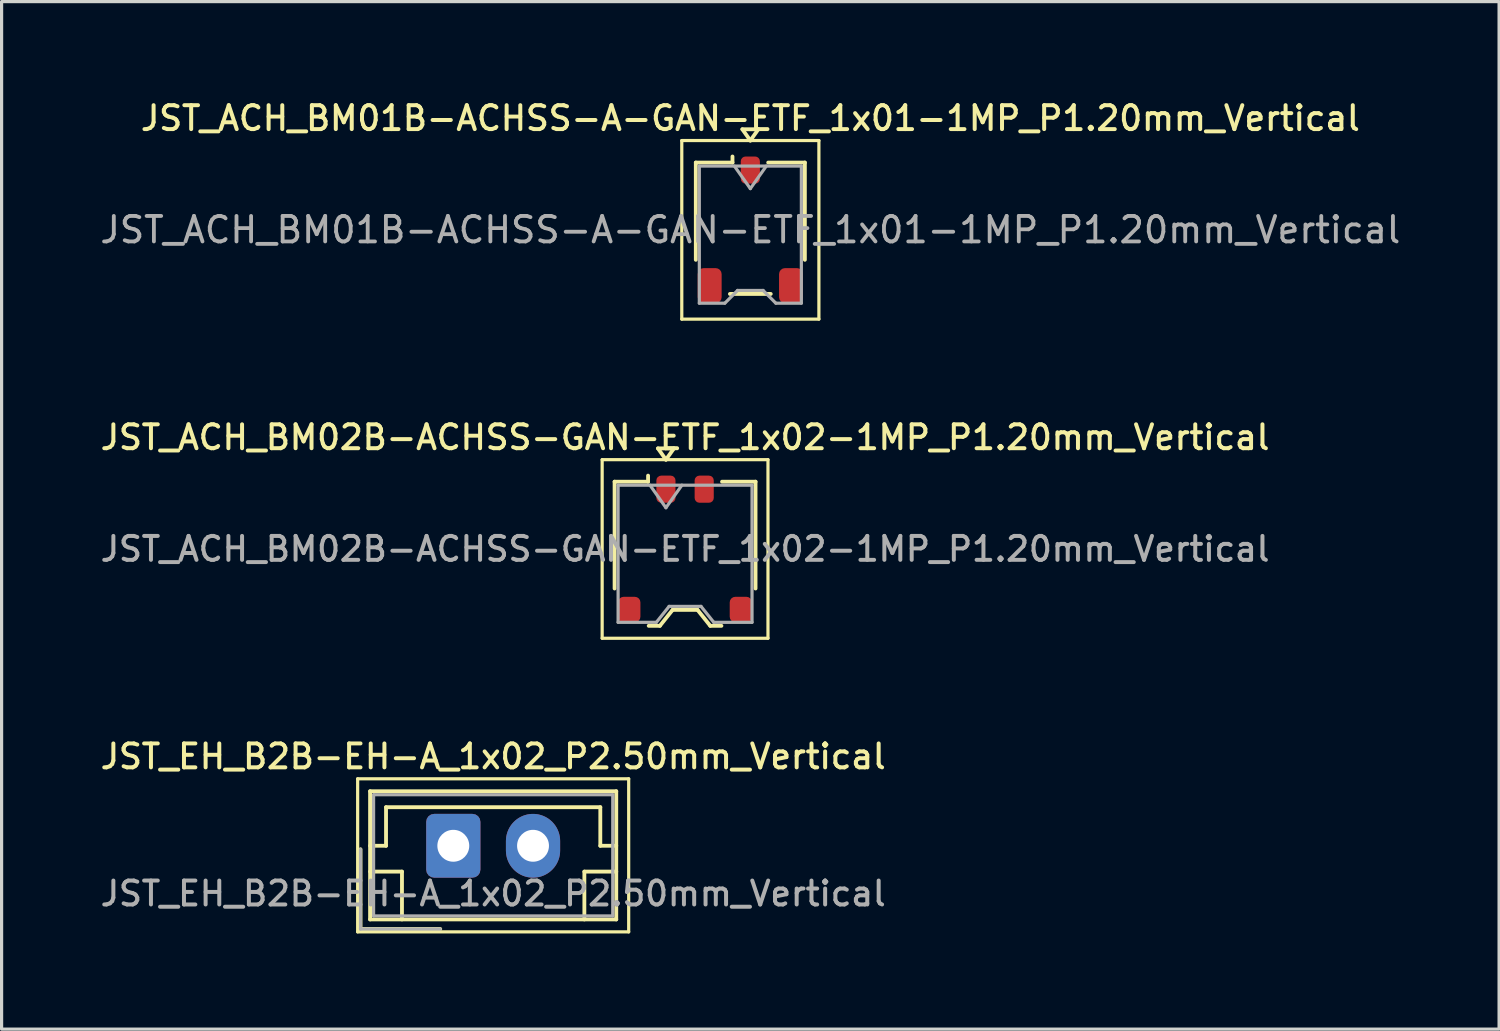
<source format=kicad_pcb>
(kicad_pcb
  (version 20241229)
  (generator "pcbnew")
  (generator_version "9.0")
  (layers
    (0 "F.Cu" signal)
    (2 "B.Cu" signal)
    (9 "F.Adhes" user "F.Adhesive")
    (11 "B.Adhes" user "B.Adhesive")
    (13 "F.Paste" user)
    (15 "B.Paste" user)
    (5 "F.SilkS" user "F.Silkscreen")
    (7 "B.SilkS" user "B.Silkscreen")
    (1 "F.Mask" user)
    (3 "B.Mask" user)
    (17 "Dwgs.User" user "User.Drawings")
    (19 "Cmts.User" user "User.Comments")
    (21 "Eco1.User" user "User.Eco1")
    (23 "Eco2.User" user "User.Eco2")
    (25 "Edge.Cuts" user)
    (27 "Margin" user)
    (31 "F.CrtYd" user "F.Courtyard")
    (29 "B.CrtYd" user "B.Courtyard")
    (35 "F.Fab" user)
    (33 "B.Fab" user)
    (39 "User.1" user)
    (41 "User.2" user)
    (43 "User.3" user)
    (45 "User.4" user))
  (footprint "JST_ACH_BM01B-ACHSS-A-GAN-ETF_1x01-1MP_P1.20mm_Vertical"
    (layer "F.Cu")
    (at 20.481 4.158)
    (property "Reference" "JST_ACH_BM01B-ACHSS-A-GAN-ETF_1x01-1MP_P1.20mm_Vertical" (at 0 -3.5 0) (layer "F.SilkS") (effects (font (size 0.75 0.75) (thickness 0.125))))
    (attr smd)
    (fp_line (start -2.15 -2.8) (end -2.15 2.8) (stroke (width 0.1) (type solid)) (layer "F.SilkS"))
    (fp_line (start -2.15 2.8) (end 2.15 2.8) (stroke (width 0.1) (type solid)) (layer "F.SilkS"))
    (fp_line (start -1.71 -2.11) (end -0.56 -2.11) (stroke (width 0.12) (type solid)) (layer "F.SilkS"))
    (fp_line (start -1.71 0.94) (end -1.71 -2.11) (stroke (width 0.12) (type solid)) (layer "F.SilkS"))
    (fp_line (start -0.64 2.01) (end 0.64 2.01) (stroke (width 0.12) (type solid)) (layer "F.SilkS"))
    (fp_line (start -0.56 -2.11) (end -0.56 -2.3) (stroke (width 0.12) (type solid)) (layer "F.SilkS"))
    (fp_line (start -0.25 -3.154) (end 0 -2.8) (stroke (width 0.12) (type solid)) (layer "F.SilkS"))
    (fp_line (start 0 -2.8) (end 0.25 -3.154) (stroke (width 0.12) (type solid)) (layer "F.SilkS"))
    (fp_line (start 0.25 -3.154) (end -0.25 -3.154) (stroke (width 0.12) (type solid)) (layer "F.SilkS"))
    (fp_line (start 1.71 -2.11) (end 0.56 -2.11) (stroke (width 0.12) (type solid)) (layer "F.SilkS"))
    (fp_line (start 1.71 0.94) (end 1.71 -2.11) (stroke (width 0.12) (type solid)) (layer "F.SilkS"))
    (fp_line (start 2.15 -2.8) (end -2.15 -2.8) (stroke (width 0.1) (type solid)) (layer "F.SilkS"))
    (fp_line (start 2.15 2.8) (end 2.15 -2.8) (stroke (width 0.1) (type solid)) (layer "F.SilkS"))
    (fp_line (start -1.6 -2) (end -1.6 2.3) (stroke (width 0.1) (type solid)) (layer "F.Fab"))
    (fp_line (start -1.6 -2) (end 1.6 -2) (stroke (width 0.1) (type solid)) (layer "F.Fab"))
    (fp_line (start -1.6 2.3) (end -0.8 2.3) (stroke (width 0.1) (type solid)) (layer "F.Fab"))
    (fp_line (start -0.8 2.3) (end -0.4 1.9) (stroke (width 0.1) (type solid)) (layer "F.Fab"))
    (fp_line (start -0.5 -2) (end 0 -1.293) (stroke (width 0.1) (type solid)) (layer "F.Fab"))
    (fp_line (start -0.4 1.9) (end 0.4 1.9) (stroke (width 0.1) (type solid)) (layer "F.Fab"))
    (fp_line (start 0 -1.293) (end 0.5 -2) (stroke (width 0.1) (type solid)) (layer "F.Fab"))
    (fp_line (start 0.4 1.9) (end 0.8 2.3) (stroke (width 0.1) (type solid)) (layer "F.Fab"))
    (fp_line (start 0.8 2.3) (end 1.6 2.3) (stroke (width 0.1) (type solid)) (layer "F.Fab"))
    (fp_line (start 1.6 -2) (end 1.6 2.3) (stroke (width 0.1) (type solid)) (layer "F.Fab"))
    (fp_text user "${REFERENCE}" (at 0 0 0) (layer "F.Fab") (effects (font (size 0.8 0.8) (thickness 0.12))))
    (pad "1" smd roundrect (at 0 -1.875) (size 0.6 0.85) (layers "F.Cu" "F.Mask" "F.Paste") (roundrect_rratio 0.25))
    (pad "MP" smd roundrect (at -1.275 1.75) (size 0.75 1.1) (layers "F.Cu" "F.Mask" "F.Paste") (roundrect_rratio 0.25))
    (pad "MP" smd roundrect (at 1.275 1.75) (size 0.75 1.1) (layers "F.Cu" "F.Mask" "F.Paste") (roundrect_rratio 0.25)))
  (footprint "JST_ACH_BM02B-ACHSS-GAN-ETF_1x02-1MP_P1.20mm_Vertical"
    (layer "F.Cu")
    (at 18.434 14.166)
    (property "Reference" "JST_ACH_BM02B-ACHSS-GAN-ETF_1x02-1MP_P1.20mm_Vertical" (at 0 -3.5 0) (layer "F.SilkS") (effects (font (size 0.75 0.75) (thickness 0.125))))
    (attr smd)
    (fp_line (start -2.6 -2.8) (end -2.6 2.8) (stroke (width 0.1) (type solid)) (layer "F.SilkS"))
    (fp_line (start -2.6 2.8) (end 2.6 2.8) (stroke (width 0.1) (type solid)) (layer "F.SilkS"))
    (fp_line (start -2.21 -2.11) (end -1.16 -2.11) (stroke (width 0.12) (type solid)) (layer "F.SilkS"))
    (fp_line (start -2.21 1.24) (end -2.21 -2.11) (stroke (width 0.12) (type solid)) (layer "F.SilkS"))
    (fp_line (start -1.16 -2.11) (end -1.16 -2.3) (stroke (width 0.12) (type solid)) (layer "F.SilkS"))
    (fp_line (start -1.14 2.41) (end -0.79 2.41) (stroke (width 0.12) (type solid)) (layer "F.SilkS"))
    (fp_line (start -0.85 -3.154) (end -0.6 -2.8) (stroke (width 0.12) (type solid)) (layer "F.SilkS"))
    (fp_line (start -0.79 2.41) (end -0.39 1.91) (stroke (width 0.12) (type solid)) (layer "F.SilkS"))
    (fp_line (start -0.6 -2.8) (end -0.35 -3.154) (stroke (width 0.12) (type solid)) (layer "F.SilkS"))
    (fp_line (start -0.39 1.91) (end 0.39 1.91) (stroke (width 0.12) (type solid)) (layer "F.SilkS"))
    (fp_line (start -0.35 -3.154) (end -0.85 -3.154) (stroke (width 0.12) (type solid)) (layer "F.SilkS"))
    (fp_line (start 0.39 1.91) (end 0.79 2.41) (stroke (width 0.12) (type solid)) (layer "F.SilkS"))
    (fp_line (start 0.79 2.41) (end 1.14 2.41) (stroke (width 0.12) (type solid)) (layer "F.SilkS"))
    (fp_line (start 2.21 -2.11) (end 1.16 -2.11) (stroke (width 0.12) (type solid)) (layer "F.SilkS"))
    (fp_line (start 2.21 1.24) (end 2.21 -2.11) (stroke (width 0.12) (type solid)) (layer "F.SilkS"))
    (fp_line (start 2.6 -2.8) (end -2.6 -2.8) (stroke (width 0.1) (type solid)) (layer "F.SilkS"))
    (fp_line (start 2.6 2.8) (end 2.6 -2.8) (stroke (width 0.1) (type solid)) (layer "F.SilkS"))
    (fp_line (start -2.1 -2) (end -2.1 2.3) (stroke (width 0.1) (type solid)) (layer "F.Fab"))
    (fp_line (start -2.1 -2) (end 2.1 -2) (stroke (width 0.1) (type solid)) (layer "F.Fab"))
    (fp_line (start -2.1 2.3) (end -0.9 2.3) (stroke (width 0.1) (type solid)) (layer "F.Fab"))
    (fp_line (start -1.1 -2) (end -0.6 -1.293) (stroke (width 0.1) (type solid)) (layer "F.Fab"))
    (fp_line (start -0.9 2.3) (end -0.5 1.8) (stroke (width 0.1) (type solid)) (layer "F.Fab"))
    (fp_line (start -0.6 -1.293) (end -0.1 -2) (stroke (width 0.1) (type solid)) (layer "F.Fab"))
    (fp_line (start -0.5 1.8) (end 0.5 1.8) (stroke (width 0.1) (type solid)) (layer "F.Fab"))
    (fp_line (start 0.5 1.8) (end 0.9 2.3) (stroke (width 0.1) (type solid)) (layer "F.Fab"))
    (fp_line (start 0.9 2.3) (end 2.1 2.3) (stroke (width 0.1) (type solid)) (layer "F.Fab"))
    (fp_line (start 2.1 -2) (end 2.1 2.3) (stroke (width 0.1) (type solid)) (layer "F.Fab"))
    (fp_text user "${REFERENCE}" (at 0 0 0) (layer "F.Fab") (effects (font (size 0.75 0.75) (thickness 0.125))))
    (pad "1" smd roundrect (at -0.6 -1.875) (size 0.6 0.85) (layers "F.Cu" "F.Mask" "F.Paste") (roundrect_rratio 0.25))
    (pad "2" smd roundrect (at 0.6 -1.875) (size 0.6 0.85) (layers "F.Cu" "F.Mask" "F.Paste") (roundrect_rratio 0.25))
    (pad "MP" smd roundrect (at -1.75 1.9) (size 0.7 0.8) (layers "F.Cu" "F.Mask" "F.Paste") (roundrect_rratio 0.25))
    (pad "MP" smd roundrect (at 1.75 1.9) (size 0.7 0.8) (layers "F.Cu" "F.Mask" "F.Paste") (roundrect_rratio 0.25)))
  (footprint "JST_EH_B2B-EH-A_1x02_P2.50mm_Vertical"
    (layer "F.Cu")
    (at 11.166 23.474)
    (property "Reference" "JST_EH_B2B-EH-A_1x02_P2.50mm_Vertical" (at 1.25 -2.8 0) (layer "F.SilkS") (effects (font (size 0.75 0.75) (thickness 0.125))))
    (attr through_hole)
    (fp_line (start -3 -2.1) (end -3 2.7) (stroke (width 0.1) (type solid)) (layer "F.SilkS"))
    (fp_line (start -3 2.7) (end 5.5 2.7) (stroke (width 0.1) (type solid)) (layer "F.SilkS"))
    (fp_line (start -2.91 0.11) (end -2.91 2.61) (stroke (width 0.12) (type solid)) (layer "F.SilkS"))
    (fp_line (start -2.91 2.61) (end -0.41 2.61) (stroke (width 0.12) (type solid)) (layer "F.SilkS"))
    (fp_line (start -2.61 -1.71) (end -2.61 2.31) (stroke (width 0.12) (type solid)) (layer "F.SilkS"))
    (fp_line (start -2.61 0) (end -2.11 0) (stroke (width 0.12) (type solid)) (layer "F.SilkS"))
    (fp_line (start -2.61 0.81) (end -1.61 0.81) (stroke (width 0.12) (type solid)) (layer "F.SilkS"))
    (fp_line (start -2.61 2.31) (end 5.11 2.31) (stroke (width 0.12) (type solid)) (layer "F.SilkS"))
    (fp_line (start -2.11 -1.21) (end 4.61 -1.21) (stroke (width 0.12) (type solid)) (layer "F.SilkS"))
    (fp_line (start -2.11 0) (end -2.11 -1.21) (stroke (width 0.12) (type solid)) (layer "F.SilkS"))
    (fp_line (start -1.61 0.81) (end -1.61 2.31) (stroke (width 0.12) (type solid)) (layer "F.SilkS"))
    (fp_line (start 4.11 0.81) (end 4.11 2.31) (stroke (width 0.12) (type solid)) (layer "F.SilkS"))
    (fp_line (start 4.61 -1.21) (end 4.61 0) (stroke (width 0.12) (type solid)) (layer "F.SilkS"))
    (fp_line (start 4.61 0) (end 5.11 0) (stroke (width 0.12) (type solid)) (layer "F.SilkS"))
    (fp_line (start 5.11 -1.71) (end -2.61 -1.71) (stroke (width 0.12) (type solid)) (layer "F.SilkS"))
    (fp_line (start 5.11 0.81) (end 4.11 0.81) (stroke (width 0.12) (type solid)) (layer "F.SilkS"))
    (fp_line (start 5.11 2.31) (end 5.11 -1.71) (stroke (width 0.12) (type solid)) (layer "F.SilkS"))
    (fp_line (start 5.5 -2.1) (end -3 -2.1) (stroke (width 0.1) (type solid)) (layer "F.SilkS"))
    (fp_line (start 5.5 2.7) (end 5.5 -2.1) (stroke (width 0.1) (type solid)) (layer "F.SilkS"))
    (fp_line (start -2.91 0.11) (end -2.91 2.61) (stroke (width 0.1) (type solid)) (layer "F.Fab"))
    (fp_line (start -2.91 2.61) (end -0.41 2.61) (stroke (width 0.1) (type solid)) (layer "F.Fab"))
    (fp_line (start -2.5 -1.6) (end -2.5 2.2) (stroke (width 0.1) (type solid)) (layer "F.Fab"))
    (fp_line (start -2.5 2.2) (end 5 2.2) (stroke (width 0.1) (type solid)) (layer "F.Fab"))
    (fp_line (start 5 -1.6) (end -2.5 -1.6) (stroke (width 0.1) (type solid)) (layer "F.Fab"))
    (fp_line (start 5 2.2) (end 5 -1.6) (stroke (width 0.1) (type solid)) (layer "F.Fab"))
    (fp_text user "${REFERENCE}" (at 1.25 1.5 0) (layer "F.Fab") (effects (font (size 0.75 0.75) (thickness 0.125))))
    (pad "1" thru_hole roundrect (at 0 0) (size 1.7 2) (drill 1) (layers "*.Cu" "*.Mask") (roundrect_rratio 0.147))
    (pad "2" thru_hole oval (at 2.5 0) (size 1.7 2) (drill 1) (layers "*.Cu" "*.Mask")))
  (gr_rect
    (start -3 -3)
    (end 43.962 29.224)
    (stroke (width 0.1) (type default))
    (fill no)
    (layer "Edge.Cuts")))
</source>
